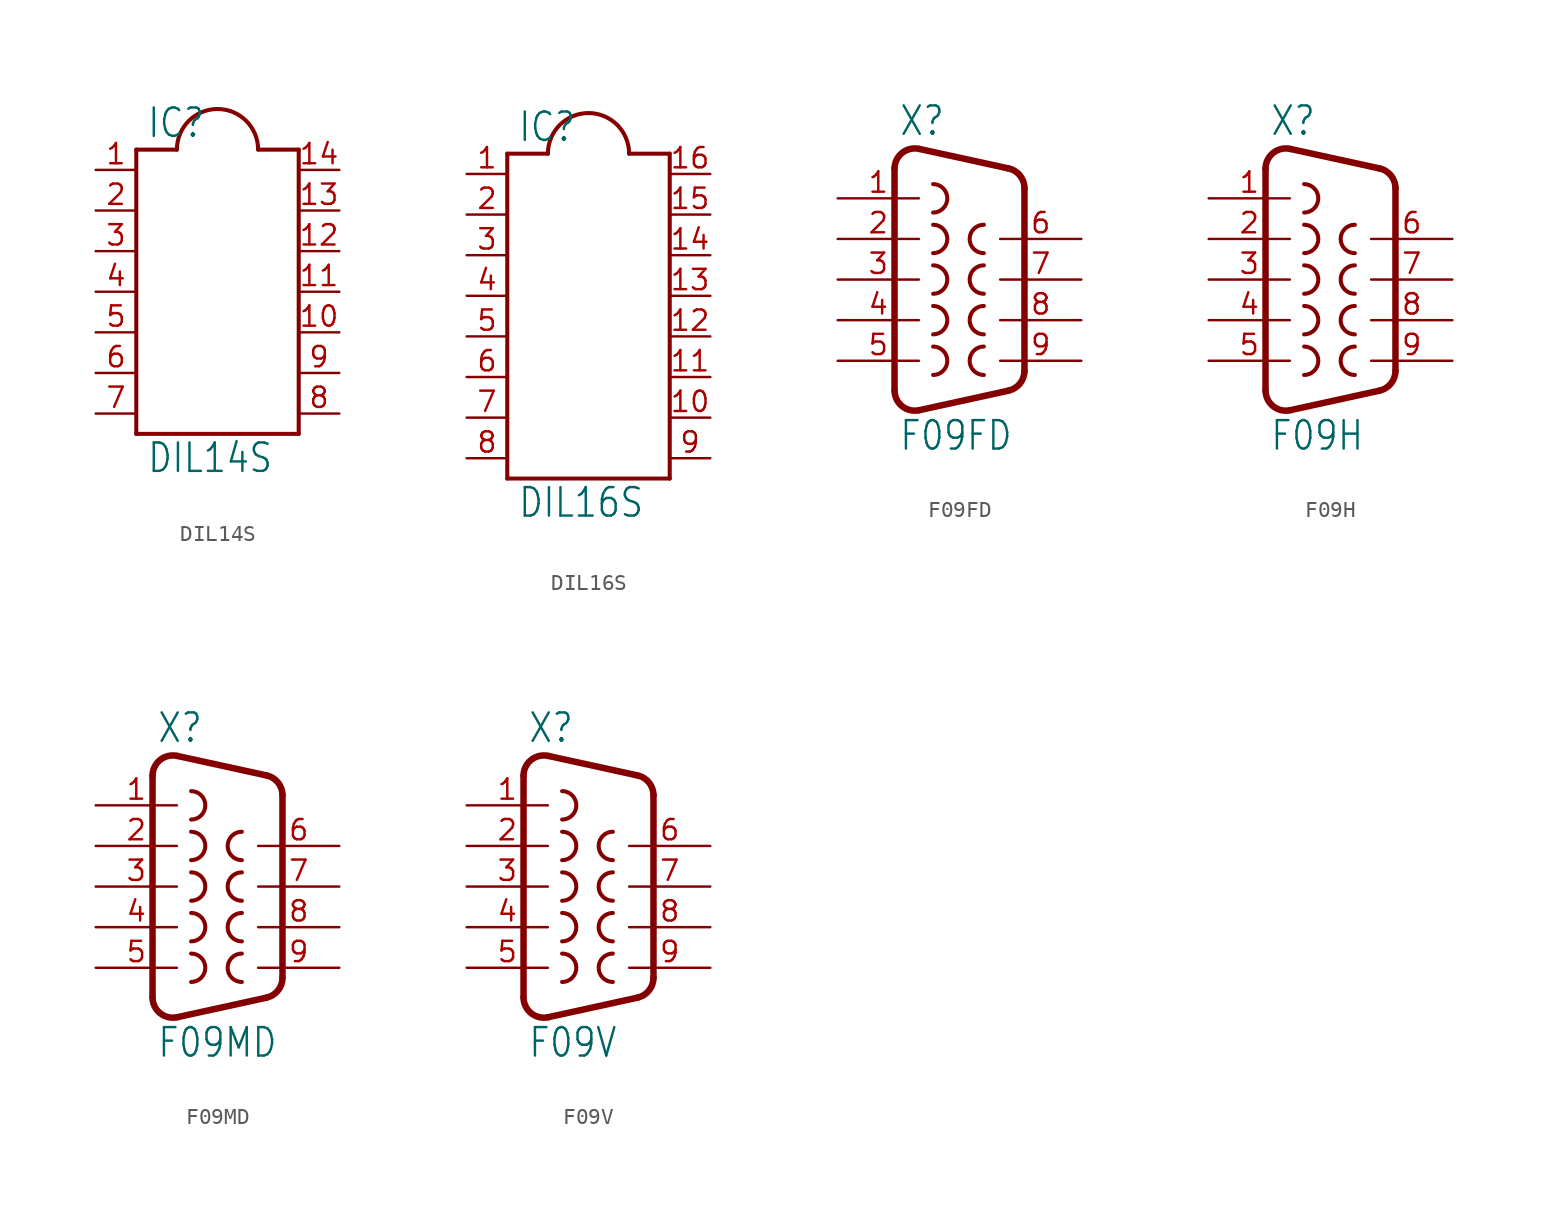
<source format=kicad_sym>
(kicad_symbol_lib
  (version 20220914)
  (generator kicad_symbol_editor)
  (symbol "DIL14S"
    (property "Reference" "IC"
      (at -4.445 9.525 0)
      (effects (font (size 1.778 1.511)) (justify left bottom)))
    (property "Value" "DIL14S"
      (at -4.445 -11.43 0)
      (effects (font (size 1.778 1.511)) (justify left bottom)))
    (property "ki_locked" ""
      (at 0 0 0)
      (effects (font (size 1.27 1.27))))
    (symbol "DIL14S_1_0"
      (polyline (pts (xy -5.08 -8.89) (xy 5.08 -8.89)) (stroke (width 0.254) (type default)) (fill (type none)))
      (polyline (pts (xy -5.08 8.89) (xy -5.08 -8.89)) (stroke (width 0.254) (type default)) (fill (type none)))
      (polyline (pts (xy -5.08 8.89) (xy -2.54 8.89)) (stroke (width 0.254) (type default)) (fill (type none)))
      (polyline (pts (xy 5.08 -8.89) (xy 5.08 8.89)) (stroke (width 0.254) (type default)) (fill (type none)))
      (polyline (pts (xy 5.08 8.89) (xy 2.54 8.89)) (stroke (width 0.254) (type default)) (fill (type none)))
      (arc (start 2.54 8.89) (mid 0 11.419) (end -2.54 8.89) (stroke (width 0.254) (type default)) (fill (type none)))
      (pin passive line (at -7.62 7.62 0) (length 2.54) (name "1" (effects (font (size 0 0)))) (number "1" (effects (font (size 1.27 1.27)))))
      (pin passive line (at 7.62 -2.54 180) (length 2.54) (name "10" (effects (font (size 0 0)))) (number "10" (effects (font (size 1.27 1.27)))))
      (pin passive line (at 7.62 0 180) (length 2.54) (name "11" (effects (font (size 0 0)))) (number "11" (effects (font (size 1.27 1.27)))))
      (pin passive line (at 7.62 2.54 180) (length 2.54) (name "12" (effects (font (size 0 0)))) (number "12" (effects (font (size 1.27 1.27)))))
      (pin passive line (at 7.62 5.08 180) (length 2.54) (name "13" (effects (font (size 0 0)))) (number "13" (effects (font (size 1.27 1.27)))))
      (pin passive line (at 7.62 7.62 180) (length 2.54) (name "14" (effects (font (size 0 0)))) (number "14" (effects (font (size 1.27 1.27)))))
      (pin passive line (at -7.62 5.08 0) (length 2.54) (name "2" (effects (font (size 0 0)))) (number "2" (effects (font (size 1.27 1.27)))))
      (pin passive line (at -7.62 2.54 0) (length 2.54) (name "3" (effects (font (size 0 0)))) (number "3" (effects (font (size 1.27 1.27)))))
      (pin passive line (at -7.62 0 0) (length 2.54) (name "4" (effects (font (size 0 0)))) (number "4" (effects (font (size 1.27 1.27)))))
      (pin passive line (at -7.62 -2.54 0) (length 2.54) (name "5" (effects (font (size 0 0)))) (number "5" (effects (font (size 1.27 1.27)))))
      (pin passive line (at -7.62 -5.08 0) (length 2.54) (name "6" (effects (font (size 0 0)))) (number "6" (effects (font (size 1.27 1.27)))))
      (pin passive line (at -7.62 -7.62 0) (length 2.54) (name "7" (effects (font (size 0 0)))) (number "7" (effects (font (size 1.27 1.27)))))
      (pin passive line (at 7.62 -7.62 180) (length 2.54) (name "8" (effects (font (size 0 0)))) (number "8" (effects (font (size 1.27 1.27)))))
      (pin passive line (at 7.62 -5.08 180) (length 2.54) (name "9" (effects (font (size 0 0)))) (number "9" (effects (font (size 1.27 1.27)))))))
  (symbol "DIL16S"
    (property "Reference" "IC"
      (at -4.445 9.525 0)
      (effects (font (size 1.778 1.511)) (justify left bottom)))
    (property "Value" "DIL16S"
      (at -4.445 -13.97 0)
      (effects (font (size 1.778 1.511)) (justify left bottom)))
    (property "ki_locked" ""
      (at 0 0 0)
      (effects (font (size 1.27 1.27))))
    (symbol "DIL16S_1_0"
      (polyline (pts (xy -5.08 -11.43) (xy 5.08 -11.43)) (stroke (width 0.254) (type default)) (fill (type none)))
      (polyline (pts (xy -5.08 8.89) (xy -5.08 -11.43)) (stroke (width 0.254) (type default)) (fill (type none)))
      (polyline (pts (xy -5.08 8.89) (xy -2.54 8.89)) (stroke (width 0.254) (type default)) (fill (type none)))
      (polyline (pts (xy 5.08 -11.43) (xy 5.08 8.89)) (stroke (width 0.254) (type default)) (fill (type none)))
      (polyline (pts (xy 5.08 8.89) (xy 2.54 8.89)) (stroke (width 0.254) (type default)) (fill (type none)))
      (arc (start 2.54 8.89) (mid 0 11.419) (end -2.54 8.89) (stroke (width 0.254) (type default)) (fill (type none)))
      (pin passive line (at -7.62 7.62 0) (length 2.54) (name "1" (effects (font (size 0 0)))) (number "1" (effects (font (size 1.27 1.27)))))
      (pin passive line (at 7.62 -7.62 180) (length 2.54) (name "10" (effects (font (size 0 0)))) (number "10" (effects (font (size 1.27 1.27)))))
      (pin passive line (at 7.62 -5.08 180) (length 2.54) (name "11" (effects (font (size 0 0)))) (number "11" (effects (font (size 1.27 1.27)))))
      (pin passive line (at 7.62 -2.54 180) (length 2.54) (name "12" (effects (font (size 0 0)))) (number "12" (effects (font (size 1.27 1.27)))))
      (pin passive line (at 7.62 0 180) (length 2.54) (name "13" (effects (font (size 0 0)))) (number "13" (effects (font (size 1.27 1.27)))))
      (pin passive line (at 7.62 2.54 180) (length 2.54) (name "14" (effects (font (size 0 0)))) (number "14" (effects (font (size 1.27 1.27)))))
      (pin passive line (at 7.62 5.08 180) (length 2.54) (name "15" (effects (font (size 0 0)))) (number "15" (effects (font (size 1.27 1.27)))))
      (pin passive line (at 7.62 7.62 180) (length 2.54) (name "16" (effects (font (size 0 0)))) (number "16" (effects (font (size 1.27 1.27)))))
      (pin passive line (at -7.62 5.08 0) (length 2.54) (name "2" (effects (font (size 0 0)))) (number "2" (effects (font (size 1.27 1.27)))))
      (pin passive line (at -7.62 2.54 0) (length 2.54) (name "3" (effects (font (size 0 0)))) (number "3" (effects (font (size 1.27 1.27)))))
      (pin passive line (at -7.62 0 0) (length 2.54) (name "4" (effects (font (size 0 0)))) (number "4" (effects (font (size 1.27 1.27)))))
      (pin passive line (at -7.62 -2.54 0) (length 2.54) (name "5" (effects (font (size 0 0)))) (number "5" (effects (font (size 1.27 1.27)))))
      (pin passive line (at -7.62 -5.08 0) (length 2.54) (name "6" (effects (font (size 0 0)))) (number "6" (effects (font (size 1.27 1.27)))))
      (pin passive line (at -7.62 -7.62 0) (length 2.54) (name "7" (effects (font (size 0 0)))) (number "7" (effects (font (size 1.27 1.27)))))
      (pin passive line (at -7.62 -10.16 0) (length 2.54) (name "8" (effects (font (size 0 0)))) (number "8" (effects (font (size 1.27 1.27)))))
      (pin passive line (at 7.62 -10.16 180) (length 2.54) (name "9" (effects (font (size 0 0)))) (number "9" (effects (font (size 1.27 1.27)))))))
  (symbol "F09FD"
    (property "Reference" "X"
      (at -3.81 8.89 0)
      (effects (font (size 1.778 1.511)) (justify left bottom)))
    (property "Value" "F09FD"
      (at -3.81 -10.795 0)
      (effects (font (size 1.778 1.511)) (justify left bottom)))
    (symbol "F09FD_1_0"
      (arc (start -4.064 -6.9312) (mid -3.5903 -7.9205) (end -2.5226 -8.1719) (stroke (width 0.4064) (type default)) (fill (type none)))
      (arc (start -2.5226 8.172) (mid -3.5903 7.9205) (end -4.064 6.9312) (stroke (width 0.4064) (type default)) (fill (type none)))
      (arc (start -1.651 -5.969) (mid -0.7658 -5.08) (end -1.651 -4.191) (stroke (width 0.254) (type default)) (fill (type none)))
      (arc (start -1.651 -3.429) (mid -0.7658 -2.54) (end -1.651 -1.651) (stroke (width 0.254) (type default)) (fill (type none)))
      (arc (start -1.651 -0.889) (mid -0.7658 0) (end -1.651 0.889) (stroke (width 0.254) (type default)) (fill (type none)))
      (arc (start -1.651 1.651) (mid -0.7658 2.54) (end -1.651 3.429) (stroke (width 0.254) (type default)) (fill (type none)))
      (arc (start -1.651 4.191) (mid -0.7658 5.08) (end -1.651 5.969) (stroke (width 0.254) (type default)) (fill (type none)))
      (polyline (pts (xy -4.064 -6.931) (xy -4.064 6.931)) (stroke (width 0.406) (type default)) (fill (type none)))
      (polyline (pts (xy -2.523 -8.172) (xy 3.065 -6.949)) (stroke (width 0.406) (type default)) (fill (type none)))
      (polyline (pts (xy -2.523 8.172) (xy 3.065 6.949)) (stroke (width 0.406) (type default)) (fill (type none)))
      (polyline (pts (xy 4.064 -5.709) (xy 4.064 5.709)) (stroke (width 0.406) (type default)) (fill (type none)))
      (arc (start 1.524 -4.191) (mid 0.6388 -5.08) (end 1.524 -5.969) (stroke (width 0.254) (type default)) (fill (type none)))
      (arc (start 1.524 -1.651) (mid 0.6388 -2.54) (end 1.524 -3.429) (stroke (width 0.254) (type default)) (fill (type none)))
      (arc (start 1.524 0.889) (mid 0.6388 0) (end 1.524 -0.889) (stroke (width 0.254) (type default)) (fill (type none)))
      (arc (start 1.524 3.429) (mid 0.6388 2.54) (end 1.524 1.651) (stroke (width 0.254) (type default)) (fill (type none)))
      (arc (start 3.0654 -6.9494) (mid 3.7833 -6.5051) (end 4.064 -5.7088) (stroke (width 0.4064) (type default)) (fill (type none)))
      (arc (start 4.0642 5.7088) (mid 3.7836 6.5053) (end 3.0654 6.9495) (stroke (width 0.4064) (type default)) (fill (type none)))
      (pin passive line (at -7.62 5.08 0) (length 5.08) (name "1" (effects (font (size 0 0)))) (number "1" (effects (font (size 1.27 1.27)))))
      (pin passive line (at -7.62 2.54 0) (length 5.08) (name "2" (effects (font (size 0 0)))) (number "2" (effects (font (size 1.27 1.27)))))
      (pin passive line (at -7.62 0 0) (length 5.08) (name "3" (effects (font (size 0 0)))) (number "3" (effects (font (size 1.27 1.27)))))
      (pin passive line (at -7.62 -2.54 0) (length 5.08) (name "4" (effects (font (size 0 0)))) (number "4" (effects (font (size 1.27 1.27)))))
      (pin passive line (at -7.62 -5.08 0) (length 5.08) (name "5" (effects (font (size 0 0)))) (number "5" (effects (font (size 1.27 1.27)))))
      (pin passive line (at 7.62 2.54 180) (length 5.08) (name "6" (effects (font (size 0 0)))) (number "6" (effects (font (size 1.27 1.27)))))
      (pin passive line (at 7.62 0 180) (length 5.08) (name "7" (effects (font (size 0 0)))) (number "7" (effects (font (size 1.27 1.27)))))
      (pin passive line (at 7.62 -2.54 180) (length 5.08) (name "8" (effects (font (size 0 0)))) (number "8" (effects (font (size 1.27 1.27)))))
      (pin passive line (at 7.62 -5.08 180) (length 5.08) (name "9" (effects (font (size 0 0)))) (number "9" (effects (font (size 1.27 1.27)))))))
  (symbol "F09H"
    (property "Reference" "X"
      (at -3.81 8.89 0)
      (effects (font (size 1.778 1.511)) (justify left bottom)))
    (property "Value" "F09H"
      (at -3.81 -10.795 0)
      (effects (font (size 1.778 1.511)) (justify left bottom)))
    (property "ki_locked" ""
      (at 0 0 0)
      (effects (font (size 1.27 1.27))))
    (symbol "F09H_1_0"
      (arc (start -4.064 -6.9312) (mid -3.5903 -7.9205) (end -2.5226 -8.1719) (stroke (width 0.4064) (type default)) (fill (type none)))
      (arc (start -2.5226 8.172) (mid -3.5903 7.9205) (end -4.064 6.9312) (stroke (width 0.4064) (type default)) (fill (type none)))
      (arc (start -1.651 -5.969) (mid -0.7658 -5.08) (end -1.651 -4.191) (stroke (width 0.254) (type default)) (fill (type none)))
      (arc (start -1.651 -3.429) (mid -0.7658 -2.54) (end -1.651 -1.651) (stroke (width 0.254) (type default)) (fill (type none)))
      (arc (start -1.651 -0.889) (mid -0.7658 0) (end -1.651 0.889) (stroke (width 0.254) (type default)) (fill (type none)))
      (arc (start -1.651 1.651) (mid -0.7658 2.54) (end -1.651 3.429) (stroke (width 0.254) (type default)) (fill (type none)))
      (arc (start -1.651 4.191) (mid -0.7658 5.08) (end -1.651 5.969) (stroke (width 0.254) (type default)) (fill (type none)))
      (polyline (pts (xy -4.064 -6.931) (xy -4.064 6.931)) (stroke (width 0.406) (type default)) (fill (type none)))
      (polyline (pts (xy -2.523 -8.172) (xy 3.065 -6.949)) (stroke (width 0.406) (type default)) (fill (type none)))
      (polyline (pts (xy -2.523 8.172) (xy 3.065 6.949)) (stroke (width 0.406) (type default)) (fill (type none)))
      (polyline (pts (xy 4.064 -5.709) (xy 4.064 5.709)) (stroke (width 0.406) (type default)) (fill (type none)))
      (arc (start 1.524 -4.191) (mid 0.6388 -5.08) (end 1.524 -5.969) (stroke (width 0.254) (type default)) (fill (type none)))
      (arc (start 1.524 -1.651) (mid 0.6388 -2.54) (end 1.524 -3.429) (stroke (width 0.254) (type default)) (fill (type none)))
      (arc (start 1.524 0.889) (mid 0.6388 0) (end 1.524 -0.889) (stroke (width 0.254) (type default)) (fill (type none)))
      (arc (start 1.524 3.429) (mid 0.6388 2.54) (end 1.524 1.651) (stroke (width 0.254) (type default)) (fill (type none)))
      (arc (start 3.0654 -6.9494) (mid 3.7833 -6.5051) (end 4.064 -5.7088) (stroke (width 0.4064) (type default)) (fill (type none)))
      (arc (start 4.0642 5.7088) (mid 3.7836 6.5053) (end 3.0654 6.9495) (stroke (width 0.4064) (type default)) (fill (type none)))
      (pin passive line (at -7.62 5.08 0) (length 5.08) (name "1" (effects (font (size 0 0)))) (number "1" (effects (font (size 1.27 1.27)))))
      (pin passive line (at -7.62 2.54 0) (length 5.08) (name "2" (effects (font (size 0 0)))) (number "2" (effects (font (size 1.27 1.27)))))
      (pin passive line (at -7.62 0 0) (length 5.08) (name "3" (effects (font (size 0 0)))) (number "3" (effects (font (size 1.27 1.27)))))
      (pin passive line (at -7.62 -2.54 0) (length 5.08) (name "4" (effects (font (size 0 0)))) (number "4" (effects (font (size 1.27 1.27)))))
      (pin passive line (at -7.62 -5.08 0) (length 5.08) (name "5" (effects (font (size 0 0)))) (number "5" (effects (font (size 1.27 1.27)))))
      (pin passive line (at 7.62 2.54 180) (length 5.08) (name "6" (effects (font (size 0 0)))) (number "6" (effects (font (size 1.27 1.27)))))
      (pin passive line (at 7.62 0 180) (length 5.08) (name "7" (effects (font (size 0 0)))) (number "7" (effects (font (size 1.27 1.27)))))
      (pin passive line (at 7.62 -2.54 180) (length 5.08) (name "8" (effects (font (size 0 0)))) (number "8" (effects (font (size 1.27 1.27)))))
      (pin passive line (at 7.62 -5.08 180) (length 5.08) (name "9" (effects (font (size 0 0)))) (number "9" (effects (font (size 1.27 1.27)))))))
  (symbol "F09MD"
    (property "Reference" "X"
      (at -3.81 8.89 0)
      (effects (font (size 1.778 1.511)) (justify left bottom)))
    (property "Value" "F09MD"
      (at -3.81 -10.795 0)
      (effects (font (size 1.778 1.511)) (justify left bottom)))
    (symbol "F09MD_1_0"
      (arc (start -4.064 -6.9312) (mid -3.5903 -7.9205) (end -2.5226 -8.1719) (stroke (width 0.4064) (type default)) (fill (type none)))
      (arc (start -2.5226 8.172) (mid -3.5903 7.9205) (end -4.064 6.9312) (stroke (width 0.4064) (type default)) (fill (type none)))
      (arc (start -1.651 -5.969) (mid -0.7658 -5.08) (end -1.651 -4.191) (stroke (width 0.254) (type default)) (fill (type none)))
      (arc (start -1.651 -3.429) (mid -0.7658 -2.54) (end -1.651 -1.651) (stroke (width 0.254) (type default)) (fill (type none)))
      (arc (start -1.651 -0.889) (mid -0.7658 0) (end -1.651 0.889) (stroke (width 0.254) (type default)) (fill (type none)))
      (arc (start -1.651 1.651) (mid -0.7658 2.54) (end -1.651 3.429) (stroke (width 0.254) (type default)) (fill (type none)))
      (arc (start -1.651 4.191) (mid -0.7658 5.08) (end -1.651 5.969) (stroke (width 0.254) (type default)) (fill (type none)))
      (polyline (pts (xy -4.064 -6.931) (xy -4.064 6.931)) (stroke (width 0.406) (type default)) (fill (type none)))
      (polyline (pts (xy -2.523 -8.172) (xy 3.065 -6.949)) (stroke (width 0.406) (type default)) (fill (type none)))
      (polyline (pts (xy -2.523 8.172) (xy 3.065 6.949)) (stroke (width 0.406) (type default)) (fill (type none)))
      (polyline (pts (xy 4.064 -5.709) (xy 4.064 5.709)) (stroke (width 0.406) (type default)) (fill (type none)))
      (arc (start 1.524 -4.191) (mid 0.6388 -5.08) (end 1.524 -5.969) (stroke (width 0.254) (type default)) (fill (type none)))
      (arc (start 1.524 -1.651) (mid 0.6388 -2.54) (end 1.524 -3.429) (stroke (width 0.254) (type default)) (fill (type none)))
      (arc (start 1.524 0.889) (mid 0.6388 0) (end 1.524 -0.889) (stroke (width 0.254) (type default)) (fill (type none)))
      (arc (start 1.524 3.429) (mid 0.6388 2.54) (end 1.524 1.651) (stroke (width 0.254) (type default)) (fill (type none)))
      (arc (start 3.0654 -6.9494) (mid 3.7833 -6.5051) (end 4.064 -5.7088) (stroke (width 0.4064) (type default)) (fill (type none)))
      (arc (start 4.0642 5.7088) (mid 3.7836 6.5053) (end 3.0654 6.9495) (stroke (width 0.4064) (type default)) (fill (type none)))
      (pin passive line (at -7.62 5.08 0) (length 5.08) (name "1" (effects (font (size 0 0)))) (number "1" (effects (font (size 1.27 1.27)))))
      (pin passive line (at -7.62 2.54 0) (length 5.08) (name "2" (effects (font (size 0 0)))) (number "2" (effects (font (size 1.27 1.27)))))
      (pin passive line (at -7.62 0 0) (length 5.08) (name "3" (effects (font (size 0 0)))) (number "3" (effects (font (size 1.27 1.27)))))
      (pin passive line (at -7.62 -2.54 0) (length 5.08) (name "4" (effects (font (size 0 0)))) (number "4" (effects (font (size 1.27 1.27)))))
      (pin passive line (at -7.62 -5.08 0) (length 5.08) (name "5" (effects (font (size 0 0)))) (number "5" (effects (font (size 1.27 1.27)))))
      (pin passive line (at 7.62 2.54 180) (length 5.08) (name "6" (effects (font (size 0 0)))) (number "6" (effects (font (size 1.27 1.27)))))
      (pin passive line (at 7.62 0 180) (length 5.08) (name "7" (effects (font (size 0 0)))) (number "7" (effects (font (size 1.27 1.27)))))
      (pin passive line (at 7.62 -2.54 180) (length 5.08) (name "8" (effects (font (size 0 0)))) (number "8" (effects (font (size 1.27 1.27)))))
      (pin passive line (at 7.62 -5.08 180) (length 5.08) (name "9" (effects (font (size 0 0)))) (number "9" (effects (font (size 1.27 1.27)))))))
  (symbol "F09V"
    (property "Reference" "X"
      (at -3.81 8.89 0)
      (effects (font (size 1.778 1.511)) (justify left bottom)))
    (property "Value" "F09V"
      (at -3.81 -10.795 0)
      (effects (font (size 1.778 1.511)) (justify left bottom)))
    (property "ki_locked" ""
      (at 0 0 0)
      (effects (font (size 1.27 1.27))))
    (symbol "F09V_1_0"
      (arc (start -4.064 -6.9312) (mid -3.5903 -7.9205) (end -2.5226 -8.1719) (stroke (width 0.4064) (type default)) (fill (type none)))
      (arc (start -2.5226 8.172) (mid -3.5903 7.9205) (end -4.064 6.9312) (stroke (width 0.4064) (type default)) (fill (type none)))
      (arc (start -1.651 -5.969) (mid -0.7658 -5.08) (end -1.651 -4.191) (stroke (width 0.254) (type default)) (fill (type none)))
      (arc (start -1.651 -3.429) (mid -0.7658 -2.54) (end -1.651 -1.651) (stroke (width 0.254) (type default)) (fill (type none)))
      (arc (start -1.651 -0.889) (mid -0.7658 0) (end -1.651 0.889) (stroke (width 0.254) (type default)) (fill (type none)))
      (arc (start -1.651 1.651) (mid -0.7658 2.54) (end -1.651 3.429) (stroke (width 0.254) (type default)) (fill (type none)))
      (arc (start -1.651 4.191) (mid -0.7658 5.08) (end -1.651 5.969) (stroke (width 0.254) (type default)) (fill (type none)))
      (polyline (pts (xy -4.064 -6.931) (xy -4.064 6.931)) (stroke (width 0.406) (type default)) (fill (type none)))
      (polyline (pts (xy -2.523 -8.172) (xy 3.065 -6.949)) (stroke (width 0.406) (type default)) (fill (type none)))
      (polyline (pts (xy -2.523 8.172) (xy 3.065 6.949)) (stroke (width 0.406) (type default)) (fill (type none)))
      (polyline (pts (xy 4.064 -5.709) (xy 4.064 5.709)) (stroke (width 0.406) (type default)) (fill (type none)))
      (arc (start 1.524 -4.191) (mid 0.6388 -5.08) (end 1.524 -5.969) (stroke (width 0.254) (type default)) (fill (type none)))
      (arc (start 1.524 -1.651) (mid 0.6388 -2.54) (end 1.524 -3.429) (stroke (width 0.254) (type default)) (fill (type none)))
      (arc (start 1.524 0.889) (mid 0.6388 0) (end 1.524 -0.889) (stroke (width 0.254) (type default)) (fill (type none)))
      (arc (start 1.524 3.429) (mid 0.6388 2.54) (end 1.524 1.651) (stroke (width 0.254) (type default)) (fill (type none)))
      (arc (start 3.0654 -6.9494) (mid 3.7833 -6.5051) (end 4.064 -5.7088) (stroke (width 0.4064) (type default)) (fill (type none)))
      (arc (start 4.0642 5.7088) (mid 3.7836 6.5053) (end 3.0654 6.9495) (stroke (width 0.4064) (type default)) (fill (type none)))
      (pin passive line (at -7.62 5.08 0) (length 5.08) (name "1" (effects (font (size 0 0)))) (number "1" (effects (font (size 1.27 1.27)))))
      (pin passive line (at -7.62 2.54 0) (length 5.08) (name "2" (effects (font (size 0 0)))) (number "2" (effects (font (size 1.27 1.27)))))
      (pin passive line (at -7.62 0 0) (length 5.08) (name "3" (effects (font (size 0 0)))) (number "3" (effects (font (size 1.27 1.27)))))
      (pin passive line (at -7.62 -2.54 0) (length 5.08) (name "4" (effects (font (size 0 0)))) (number "4" (effects (font (size 1.27 1.27)))))
      (pin passive line (at -7.62 -5.08 0) (length 5.08) (name "5" (effects (font (size 0 0)))) (number "5" (effects (font (size 1.27 1.27)))))
      (pin passive line (at 7.62 2.54 180) (length 5.08) (name "6" (effects (font (size 0 0)))) (number "6" (effects (font (size 1.27 1.27)))))
      (pin passive line (at 7.62 0 180) (length 5.08) (name "7" (effects (font (size 0 0)))) (number "7" (effects (font (size 1.27 1.27)))))
      (pin passive line (at 7.62 -2.54 180) (length 5.08) (name "8" (effects (font (size 0 0)))) (number "8" (effects (font (size 1.27 1.27)))))
      (pin passive line (at 7.62 -5.08 180) (length 5.08) (name "9" (effects (font (size 0 0)))) (number "9" (effects (font (size 1.27 1.27))))))))
</source>
